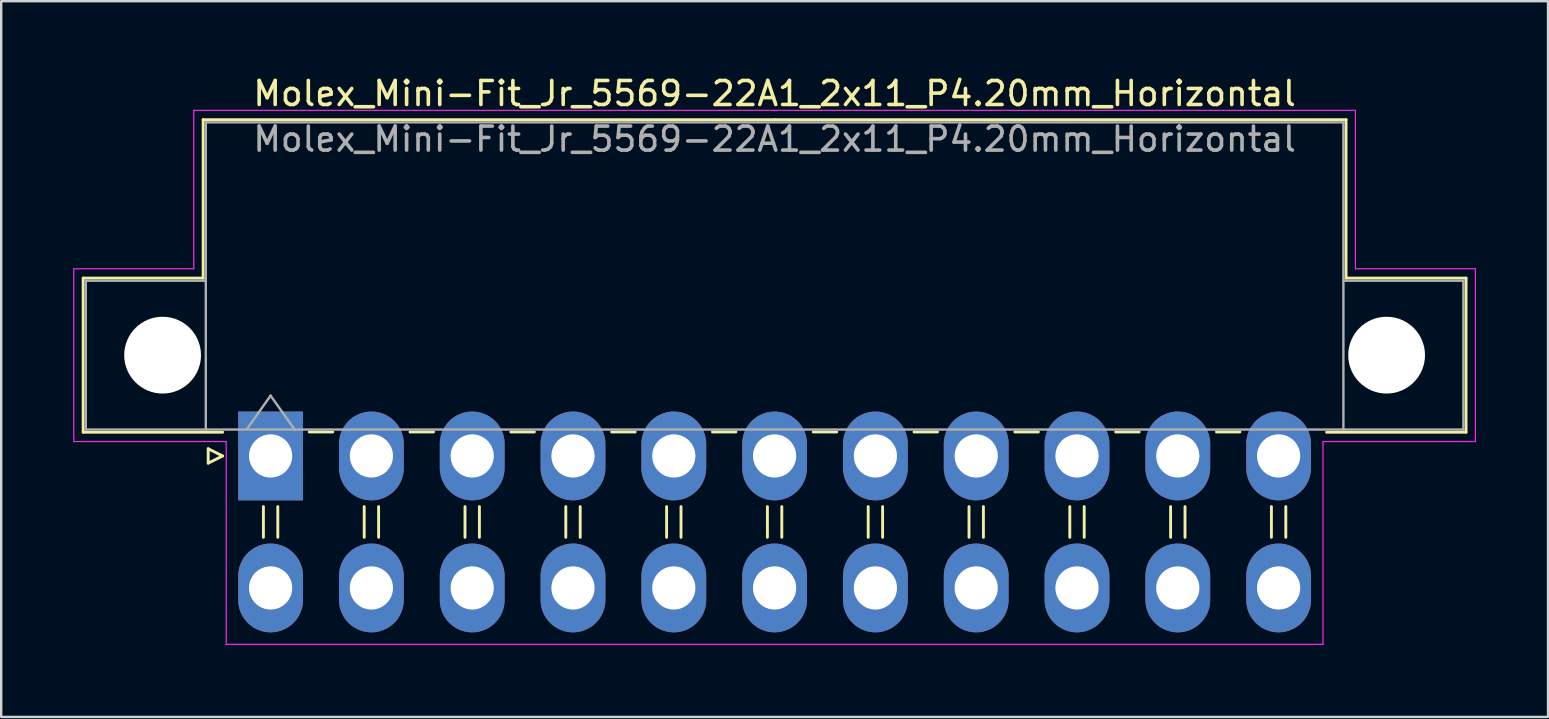
<source format=kicad_pcb>
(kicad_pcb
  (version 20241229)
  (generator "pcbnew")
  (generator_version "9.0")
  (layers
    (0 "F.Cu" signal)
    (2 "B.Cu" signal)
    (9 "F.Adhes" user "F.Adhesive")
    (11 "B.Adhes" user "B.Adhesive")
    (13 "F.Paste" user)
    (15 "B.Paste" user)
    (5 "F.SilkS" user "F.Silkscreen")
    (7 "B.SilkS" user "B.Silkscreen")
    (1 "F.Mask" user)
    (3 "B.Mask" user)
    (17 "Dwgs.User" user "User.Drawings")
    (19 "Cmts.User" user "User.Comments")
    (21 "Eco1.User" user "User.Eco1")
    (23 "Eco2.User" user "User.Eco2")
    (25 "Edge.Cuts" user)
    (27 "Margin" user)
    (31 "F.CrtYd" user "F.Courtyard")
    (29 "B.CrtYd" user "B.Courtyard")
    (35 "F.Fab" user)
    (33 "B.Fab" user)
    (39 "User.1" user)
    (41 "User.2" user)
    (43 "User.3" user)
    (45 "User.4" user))
  (footprint "Molex_Mini-Fit_Jr_5569-22A1_2x11_P4.20mm_Horizontal"
    (layer "F.Cu")
    (at 8.225 15.948)
    (property "Reference" "Molex_Mini-Fit_Jr_5569-22A1_2x11_P4.20mm_Horizontal" (at 21 -15.1 0) (layer "F.SilkS") (effects (font (size 1 1) (thickness 0.15))))
    (attr through_hole)
    (fp_line (start -7.81 -7.41) (end -7.81 -0.99) (stroke (width 0.12) (type solid)) (layer "F.SilkS"))
    (fp_line (start -7.81 -0.99) (end -2 -0.99) (stroke (width 0.12) (type solid)) (layer "F.SilkS"))
    (fp_line (start -2.81 -14.01) (end -2.81 -7.41) (stroke (width 0.12) (type solid)) (layer "F.SilkS"))
    (fp_line (start -2.81 -7.41) (end -7.81 -7.41) (stroke (width 0.12) (type solid)) (layer "F.SilkS"))
    (fp_line (start -2.6 -0.3) (end -2 0) (stroke (width 0.12) (type solid)) (layer "F.SilkS"))
    (fp_line (start -2.6 0.3) (end -2.6 -0.3) (stroke (width 0.12) (type solid)) (layer "F.SilkS"))
    (fp_line (start -2 0) (end -2.6 0.3) (stroke (width 0.12) (type solid)) (layer "F.SilkS"))
    (fp_line (start -0.3 2.11) (end -0.3 3.39) (stroke (width 0.12) (type solid)) (layer "F.SilkS"))
    (fp_line (start 0.3 2.11) (end 0.3 3.39) (stroke (width 0.12) (type solid)) (layer "F.SilkS"))
    (fp_line (start 1.61 -1) (end 2.59 -1) (stroke (width 0.12) (type solid)) (layer "F.SilkS"))
    (fp_line (start 3.9 2.11) (end 3.9 3.39) (stroke (width 0.12) (type solid)) (layer "F.SilkS"))
    (fp_line (start 4.5 2.11) (end 4.5 3.39) (stroke (width 0.12) (type solid)) (layer "F.SilkS"))
    (fp_line (start 5.81 -1) (end 6.79 -1) (stroke (width 0.12) (type solid)) (layer "F.SilkS"))
    (fp_line (start 8.1 2.11) (end 8.1 3.39) (stroke (width 0.12) (type solid)) (layer "F.SilkS"))
    (fp_line (start 8.7 2.11) (end 8.7 3.39) (stroke (width 0.12) (type solid)) (layer "F.SilkS"))
    (fp_line (start 10.01 -1) (end 10.99 -1) (stroke (width 0.12) (type solid)) (layer "F.SilkS"))
    (fp_line (start 12.3 2.11) (end 12.3 3.39) (stroke (width 0.12) (type solid)) (layer "F.SilkS"))
    (fp_line (start 12.9 2.11) (end 12.9 3.39) (stroke (width 0.12) (type solid)) (layer "F.SilkS"))
    (fp_line (start 14.21 -1) (end 15.19 -1) (stroke (width 0.12) (type solid)) (layer "F.SilkS"))
    (fp_line (start 16.5 2.11) (end 16.5 3.39) (stroke (width 0.12) (type solid)) (layer "F.SilkS"))
    (fp_line (start 17.1 2.11) (end 17.1 3.39) (stroke (width 0.12) (type solid)) (layer "F.SilkS"))
    (fp_line (start 18.41 -1) (end 19.39 -1) (stroke (width 0.12) (type solid)) (layer "F.SilkS"))
    (fp_line (start 20.7 2.11) (end 20.7 3.39) (stroke (width 0.12) (type solid)) (layer "F.SilkS"))
    (fp_line (start 21 -14.01) (end -2.81 -14.01) (stroke (width 0.12) (type solid)) (layer "F.SilkS"))
    (fp_line (start 21 -14.01) (end 44.81 -14.01) (stroke (width 0.12) (type solid)) (layer "F.SilkS"))
    (fp_line (start 21.3 2.11) (end 21.3 3.39) (stroke (width 0.12) (type solid)) (layer "F.SilkS"))
    (fp_line (start 22.61 -1) (end 23.59 -1) (stroke (width 0.12) (type solid)) (layer "F.SilkS"))
    (fp_line (start 24.9 2.11) (end 24.9 3.39) (stroke (width 0.12) (type solid)) (layer "F.SilkS"))
    (fp_line (start 25.5 2.11) (end 25.5 3.39) (stroke (width 0.12) (type solid)) (layer "F.SilkS"))
    (fp_line (start 26.81 -1) (end 27.79 -1) (stroke (width 0.12) (type solid)) (layer "F.SilkS"))
    (fp_line (start 29.1 2.11) (end 29.1 3.39) (stroke (width 0.12) (type solid)) (layer "F.SilkS"))
    (fp_line (start 29.7 2.11) (end 29.7 3.39) (stroke (width 0.12) (type solid)) (layer "F.SilkS"))
    (fp_line (start 31.01 -1) (end 31.99 -1) (stroke (width 0.12) (type solid)) (layer "F.SilkS"))
    (fp_line (start 33.3 2.11) (end 33.3 3.39) (stroke (width 0.12) (type solid)) (layer "F.SilkS"))
    (fp_line (start 33.9 2.11) (end 33.9 3.39) (stroke (width 0.12) (type solid)) (layer "F.SilkS"))
    (fp_line (start 35.21 -1) (end 36.19 -1) (stroke (width 0.12) (type solid)) (layer "F.SilkS"))
    (fp_line (start 37.5 2.11) (end 37.5 3.39) (stroke (width 0.12) (type solid)) (layer "F.SilkS"))
    (fp_line (start 38.1 2.11) (end 38.1 3.39) (stroke (width 0.12) (type solid)) (layer "F.SilkS"))
    (fp_line (start 39.41 -1) (end 40.39 -1) (stroke (width 0.12) (type solid)) (layer "F.SilkS"))
    (fp_line (start 41.7 2.11) (end 41.7 3.39) (stroke (width 0.12) (type solid)) (layer "F.SilkS"))
    (fp_line (start 42.3 2.11) (end 42.3 3.39) (stroke (width 0.12) (type solid)) (layer "F.SilkS"))
    (fp_line (start 44.81 -14.01) (end 44.81 -7.41) (stroke (width 0.12) (type solid)) (layer "F.SilkS"))
    (fp_line (start 44.81 -7.41) (end 49.81 -7.41) (stroke (width 0.12) (type solid)) (layer "F.SilkS"))
    (fp_line (start 49.81 -7.41) (end 49.81 -0.99) (stroke (width 0.12) (type solid)) (layer "F.SilkS"))
    (fp_line (start 49.81 -0.99) (end 44 -0.99) (stroke (width 0.12) (type solid)) (layer "F.SilkS"))
    (fp_line (start -8.2 -7.8) (end -8.2 -0.6) (stroke (width 0.05) (type solid)) (layer "F.CrtYd"))
    (fp_line (start -8.2 -0.6) (end -1.85 -0.6) (stroke (width 0.05) (type solid)) (layer "F.CrtYd"))
    (fp_line (start -3.2 -14.4) (end -3.2 -7.8) (stroke (width 0.05) (type solid)) (layer "F.CrtYd"))
    (fp_line (start -3.2 -7.8) (end -8.2 -7.8) (stroke (width 0.05) (type solid)) (layer "F.CrtYd"))
    (fp_line (start -1.85 -0.6) (end -1.85 7.85) (stroke (width 0.05) (type solid)) (layer "F.CrtYd"))
    (fp_line (start -1.85 7.85) (end 21 7.85) (stroke (width 0.05) (type solid)) (layer "F.CrtYd"))
    (fp_line (start 21 -14.4) (end -3.2 -14.4) (stroke (width 0.05) (type solid)) (layer "F.CrtYd"))
    (fp_line (start 21 -14.4) (end 45.2 -14.4) (stroke (width 0.05) (type solid)) (layer "F.CrtYd"))
    (fp_line (start 43.85 -0.6) (end 43.85 7.85) (stroke (width 0.05) (type solid)) (layer "F.CrtYd"))
    (fp_line (start 43.85 7.85) (end 21 7.85) (stroke (width 0.05) (type solid)) (layer "F.CrtYd"))
    (fp_line (start 45.2 -14.4) (end 45.2 -7.8) (stroke (width 0.05) (type solid)) (layer "F.CrtYd"))
    (fp_line (start 45.2 -7.8) (end 50.2 -7.8) (stroke (width 0.05) (type solid)) (layer "F.CrtYd"))
    (fp_line (start 50.2 -7.8) (end 50.2 -0.6) (stroke (width 0.05) (type solid)) (layer "F.CrtYd"))
    (fp_line (start 50.2 -0.6) (end 43.85 -0.6) (stroke (width 0.05) (type solid)) (layer "F.CrtYd"))
    (fp_line (start -7.7 -7.3) (end -7.7 -1.1) (stroke (width 0.1) (type solid)) (layer "F.Fab"))
    (fp_line (start -7.7 -1.1) (end -2.7 -1.1) (stroke (width 0.1) (type solid)) (layer "F.Fab"))
    (fp_line (start -2.7 -13.9) (end -2.7 -1.1) (stroke (width 0.1) (type solid)) (layer "F.Fab"))
    (fp_line (start -2.7 -7.3) (end -7.7 -7.3) (stroke (width 0.1) (type solid)) (layer "F.Fab"))
    (fp_line (start -2.7 -1.1) (end 44.7 -1.1) (stroke (width 0.1) (type solid)) (layer "F.Fab"))
    (fp_line (start -1 -1.1) (end 0 -2.514) (stroke (width 0.1) (type solid)) (layer "F.Fab"))
    (fp_line (start 0 -2.514) (end 1 -1.1) (stroke (width 0.1) (type solid)) (layer "F.Fab"))
    (fp_line (start 44.7 -13.9) (end -2.7 -13.9) (stroke (width 0.1) (type solid)) (layer "F.Fab"))
    (fp_line (start 44.7 -7.3) (end 49.7 -7.3) (stroke (width 0.1) (type solid)) (layer "F.Fab"))
    (fp_line (start 44.7 -1.1) (end 44.7 -13.9) (stroke (width 0.1) (type solid)) (layer "F.Fab"))
    (fp_line (start 49.7 -7.3) (end 49.7 -1.1) (stroke (width 0.1) (type solid)) (layer "F.Fab"))
    (fp_line (start 49.7 -1.1) (end 44.7 -1.1) (stroke (width 0.1) (type solid)) (layer "F.Fab"))
    (fp_text user "${REFERENCE}" (at 21 -13.2 0) (layer "F.Fab") (effects (font (size 1 1) (thickness 0.15))))
    (pad "" np_thru_hole circle (at -4.5 -4.2) (size 3.2 3.2) (drill 3.2) (layers "*.Cu" "*.Mask"))
    (pad "" np_thru_hole circle (at 46.5 -4.2) (size 3.2 3.2) (drill 3.2) (layers "*.Cu" "*.Mask"))
    (pad "1" thru_hole rect (at 0 0) (size 2.7 3.7) (drill 1.8) (layers "*.Cu" "*.Mask"))
    (pad "2" thru_hole oval (at 4.2 0) (size 2.7 3.7) (drill 1.8) (layers "*.Cu" "*.Mask"))
    (pad "3" thru_hole oval (at 8.4 0) (size 2.7 3.7) (drill 1.8) (layers "*.Cu" "*.Mask"))
    (pad "4" thru_hole oval (at 12.6 0) (size 2.7 3.7) (drill 1.8) (layers "*.Cu" "*.Mask"))
    (pad "5" thru_hole oval (at 16.8 0) (size 2.7 3.7) (drill 1.8) (layers "*.Cu" "*.Mask"))
    (pad "6" thru_hole oval (at 21 0) (size 2.7 3.7) (drill 1.8) (layers "*.Cu" "*.Mask"))
    (pad "7" thru_hole oval (at 25.2 0) (size 2.7 3.7) (drill 1.8) (layers "*.Cu" "*.Mask"))
    (pad "8" thru_hole oval (at 29.4 0) (size 2.7 3.7) (drill 1.8) (layers "*.Cu" "*.Mask"))
    (pad "9" thru_hole oval (at 33.6 0) (size 2.7 3.7) (drill 1.8) (layers "*.Cu" "*.Mask"))
    (pad "10" thru_hole oval (at 37.8 0) (size 2.7 3.7) (drill 1.8) (layers "*.Cu" "*.Mask"))
    (pad "11" thru_hole oval (at 42 0) (size 2.7 3.7) (drill 1.8) (layers "*.Cu" "*.Mask"))
    (pad "12" thru_hole oval (at 0 5.5) (size 2.7 3.7) (drill 1.8) (layers "*.Cu" "*.Mask"))
    (pad "13" thru_hole oval (at 4.2 5.5) (size 2.7 3.7) (drill 1.8) (layers "*.Cu" "*.Mask"))
    (pad "14" thru_hole oval (at 8.4 5.5) (size 2.7 3.7) (drill 1.8) (layers "*.Cu" "*.Mask"))
    (pad "15" thru_hole oval (at 12.6 5.5) (size 2.7 3.7) (drill 1.8) (layers "*.Cu" "*.Mask"))
    (pad "16" thru_hole oval (at 16.8 5.5) (size 2.7 3.7) (drill 1.8) (layers "*.Cu" "*.Mask"))
    (pad "17" thru_hole oval (at 21 5.5) (size 2.7 3.7) (drill 1.8) (layers "*.Cu" "*.Mask"))
    (pad "18" thru_hole oval (at 25.2 5.5) (size 2.7 3.7) (drill 1.8) (layers "*.Cu" "*.Mask"))
    (pad "19" thru_hole oval (at 29.4 5.5) (size 2.7 3.7) (drill 1.8) (layers "*.Cu" "*.Mask"))
    (pad "20" thru_hole oval (at 33.6 5.5) (size 2.7 3.7) (drill 1.8) (layers "*.Cu" "*.Mask"))
    (pad "21" thru_hole oval (at 37.8 5.5) (size 2.7 3.7) (drill 1.8) (layers "*.Cu" "*.Mask"))
    (pad "22" thru_hole oval (at 42 5.5) (size 2.7 3.7) (drill 1.8) (layers "*.Cu" "*.Mask")))
  (gr_rect
    (start -3 -3)
    (end 61.45 26.823)
    (stroke (width 0.1) (type default))
    (fill no)
    (layer "Edge.Cuts")))
</source>
